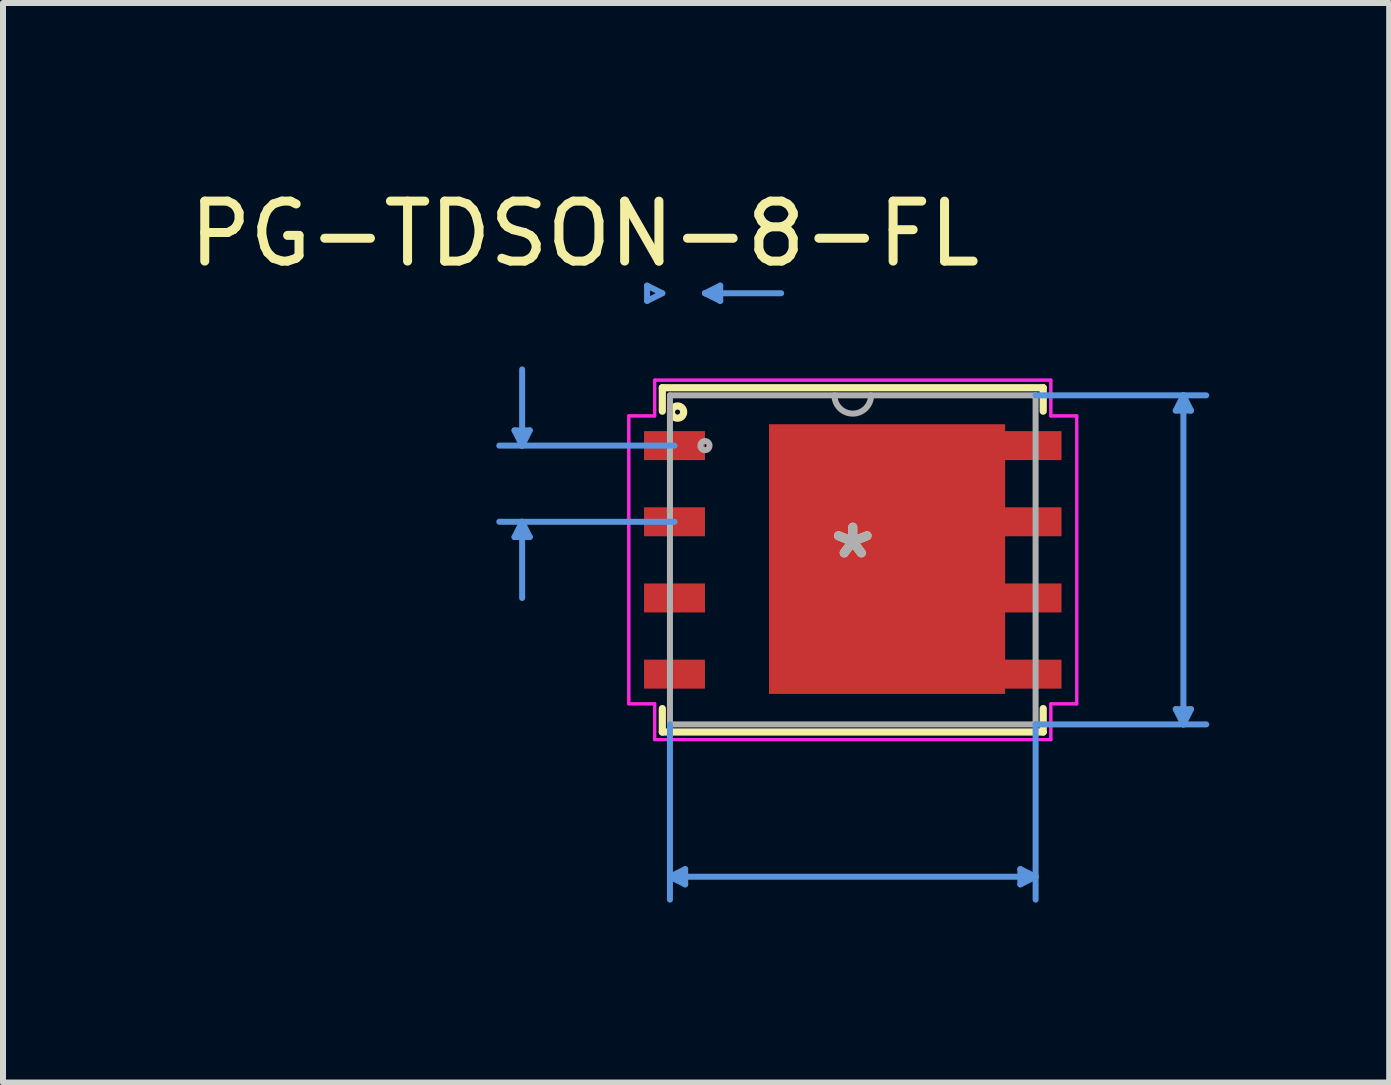
<source format=kicad_pcb>
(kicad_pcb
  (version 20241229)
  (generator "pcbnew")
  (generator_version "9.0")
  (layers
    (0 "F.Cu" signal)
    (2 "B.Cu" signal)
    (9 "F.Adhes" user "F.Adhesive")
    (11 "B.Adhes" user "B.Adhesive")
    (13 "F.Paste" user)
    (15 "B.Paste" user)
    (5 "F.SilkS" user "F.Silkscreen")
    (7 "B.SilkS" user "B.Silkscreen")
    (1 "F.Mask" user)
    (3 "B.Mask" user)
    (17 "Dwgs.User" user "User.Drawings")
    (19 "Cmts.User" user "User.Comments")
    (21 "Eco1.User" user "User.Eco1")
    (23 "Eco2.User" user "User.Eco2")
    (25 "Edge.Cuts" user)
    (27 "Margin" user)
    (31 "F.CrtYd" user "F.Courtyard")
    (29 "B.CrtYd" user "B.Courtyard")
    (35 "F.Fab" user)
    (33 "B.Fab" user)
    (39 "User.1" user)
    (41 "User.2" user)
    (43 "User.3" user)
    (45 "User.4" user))
  (footprint "PG-TDSON-8-FL"
    (layer "F.Cu")
    (at 11.167 6.284)
    (property "Reference" "PG-TDSON-8-FL" (at -4.47 -5.436 0) (layer "F.SilkS") (effects (font (size 1 1) (thickness 0.15))))
    (attr through_hole)
    (fp_poly (pts (xy -1.344 -2.197) (xy 2.466 -2.197) (xy 2.466 2.197) (xy -1.344 2.197)) (stroke (width 0.1) (type solid)) (fill yes) (layer "F.Mask"))
    (fp_line (start -3.175 -2.87) (end -3.175 -2.479) (stroke (width 0.12) (type solid)) (layer "F.SilkS"))
    (fp_line (start -3.175 2.479) (end -3.175 2.87) (stroke (width 0.12) (type solid)) (layer "F.SilkS"))
    (fp_line (start -3.175 2.87) (end 3.175 2.87) (stroke (width 0.12) (type solid)) (layer "F.SilkS"))
    (fp_line (start 3.175 -2.87) (end -3.175 -2.87) (stroke (width 0.12) (type solid)) (layer "F.SilkS"))
    (fp_line (start 3.175 -2.479) (end 3.175 -2.87) (stroke (width 0.12) (type solid)) (layer "F.SilkS"))
    (fp_line (start 3.175 2.87) (end 3.175 2.479) (stroke (width 0.12) (type solid)) (layer "F.SilkS"))
    (fp_circle (center -2.921 -2.464) (end -2.819 -2.464) (stroke (width 0.12) (type solid)) (fill no) (layer "F.SilkS"))
    (fp_poly (pts (xy -1.805 -2.097) (xy -1.805 -0.832) (xy -0.735 -0.832) (xy -0.735 -2.097)) (stroke (width 0.1) (type solid)) (fill yes) (layer "F.Paste"))
    (fp_poly (pts (xy -1.805 -0.632) (xy -1.805 0.632) (xy -0.735 0.632) (xy -0.735 -0.632)) (stroke (width 0.1) (type solid)) (fill yes) (layer "F.Paste"))
    (fp_poly (pts (xy -1.805 0.832) (xy -1.805 2.097) (xy -0.735 2.097) (xy -0.735 0.832)) (stroke (width 0.1) (type solid)) (fill yes) (layer "F.Paste"))
    (fp_poly (pts (xy -1.344 -2.197) (xy 2.466 -2.197) (xy 2.466 2.197) (xy -1.344 2.197)) (stroke (width 0.1) (type solid)) (fill yes) (layer "F.Paste"))
    (fp_poly (pts (xy -0.535 -2.097) (xy -0.535 -0.832) (xy 0.535 -0.832) (xy 0.535 -2.097)) (stroke (width 0.1) (type solid)) (fill yes) (layer "F.Paste"))
    (fp_poly (pts (xy -0.535 -0.632) (xy -0.535 0.632) (xy 0.535 0.632) (xy 0.535 -0.632)) (stroke (width 0.1) (type solid)) (fill yes) (layer "F.Paste"))
    (fp_poly (pts (xy -0.535 0.832) (xy -0.535 2.097) (xy 0.535 2.097) (xy 0.535 0.832)) (stroke (width 0.1) (type solid)) (fill yes) (layer "F.Paste"))
    (fp_poly (pts (xy 0.735 -2.097) (xy 0.735 -0.832) (xy 1.805 -0.832) (xy 1.805 -2.097)) (stroke (width 0.1) (type solid)) (fill yes) (layer "F.Paste"))
    (fp_poly (pts (xy 0.735 -0.632) (xy 0.735 0.632) (xy 1.805 0.632) (xy 1.805 -0.632)) (stroke (width 0.1) (type solid)) (fill yes) (layer "F.Paste"))
    (fp_poly (pts (xy 0.735 0.832) (xy 0.735 2.097) (xy 1.805 2.097) (xy 1.805 0.832)) (stroke (width 0.1) (type solid)) (fill yes) (layer "F.Paste"))
    (fp_line (start -5.639 -2.159) (end -5.385 -2.159) (stroke (width 0.1) (type solid)) (layer "Cmts.User"))
    (fp_line (start -5.639 -0.381) (end -5.385 -0.381) (stroke (width 0.1) (type solid)) (layer "Cmts.User"))
    (fp_line (start -5.512 -1.905) (end -5.639 -2.159) (stroke (width 0.1) (type solid)) (layer "Cmts.User"))
    (fp_line (start -5.512 -1.905) (end -5.512 -3.175) (stroke (width 0.1) (type solid)) (layer "Cmts.User"))
    (fp_line (start -5.512 -1.905) (end -5.385 -2.159) (stroke (width 0.1) (type solid)) (layer "Cmts.User"))
    (fp_line (start -5.512 -0.635) (end -5.639 -0.381) (stroke (width 0.1) (type solid)) (layer "Cmts.User"))
    (fp_line (start -5.512 -0.635) (end -5.512 0.635) (stroke (width 0.1) (type solid)) (layer "Cmts.User"))
    (fp_line (start -5.512 -0.635) (end -5.385 -0.381) (stroke (width 0.1) (type solid)) (layer "Cmts.User"))
    (fp_line (start -3.429 -4.572) (end -3.429 -4.318) (stroke (width 0.1) (type solid)) (layer "Cmts.User"))
    (fp_line (start -3.175 -4.445) (end -3.429 -4.572) (stroke (width 0.1) (type solid)) (layer "Cmts.User"))
    (fp_line (start -3.175 -4.445) (end -3.429 -4.318) (stroke (width 0.1) (type solid)) (layer "Cmts.User"))
    (fp_line (start -3.048 2.743) (end -3.048 5.664) (stroke (width 0.1) (type solid)) (layer "Cmts.User"))
    (fp_line (start -3.048 5.283) (end -2.794 5.156) (stroke (width 0.1) (type solid)) (layer "Cmts.User"))
    (fp_line (start -3.048 5.283) (end -2.794 5.41) (stroke (width 0.1) (type solid)) (layer "Cmts.User"))
    (fp_line (start -3.048 5.283) (end 3.048 5.283) (stroke (width 0.1) (type solid)) (layer "Cmts.User"))
    (fp_line (start -2.972 -1.905) (end -5.893 -1.905) (stroke (width 0.1) (type solid)) (layer "Cmts.User"))
    (fp_line (start -2.972 -0.635) (end -5.893 -0.635) (stroke (width 0.1) (type solid)) (layer "Cmts.User"))
    (fp_line (start -2.794 5.156) (end -2.794 5.41) (stroke (width 0.1) (type solid)) (layer "Cmts.User"))
    (fp_line (start -2.464 -4.445) (end -2.21 -4.572) (stroke (width 0.1) (type solid)) (layer "Cmts.User"))
    (fp_line (start -2.464 -4.445) (end -2.21 -4.318) (stroke (width 0.1) (type solid)) (layer "Cmts.User"))
    (fp_line (start -2.464 -4.445) (end -1.194 -4.445) (stroke (width 0.1) (type solid)) (layer "Cmts.User"))
    (fp_line (start -2.21 -4.572) (end -2.21 -4.318) (stroke (width 0.1) (type solid)) (layer "Cmts.User"))
    (fp_line (start 2.794 5.156) (end 2.794 5.41) (stroke (width 0.1) (type solid)) (layer "Cmts.User"))
    (fp_line (start 3.048 -2.743) (end 5.893 -2.743) (stroke (width 0.1) (type solid)) (layer "Cmts.User"))
    (fp_line (start 3.048 2.743) (end 3.048 5.664) (stroke (width 0.1) (type solid)) (layer "Cmts.User"))
    (fp_line (start 3.048 2.743) (end 5.893 2.743) (stroke (width 0.1) (type solid)) (layer "Cmts.User"))
    (fp_line (start 3.048 5.283) (end 2.794 5.156) (stroke (width 0.1) (type solid)) (layer "Cmts.User"))
    (fp_line (start 3.048 5.283) (end 2.794 5.41) (stroke (width 0.1) (type solid)) (layer "Cmts.User"))
    (fp_line (start 5.385 -2.489) (end 5.639 -2.489) (stroke (width 0.1) (type solid)) (layer "Cmts.User"))
    (fp_line (start 5.385 2.489) (end 5.639 2.489) (stroke (width 0.1) (type solid)) (layer "Cmts.User"))
    (fp_line (start 5.512 -2.743) (end 5.385 -2.489) (stroke (width 0.1) (type solid)) (layer "Cmts.User"))
    (fp_line (start 5.512 -2.743) (end 5.512 2.743) (stroke (width 0.1) (type solid)) (layer "Cmts.User"))
    (fp_line (start 5.512 -2.743) (end 5.639 -2.489) (stroke (width 0.1) (type solid)) (layer "Cmts.User"))
    (fp_line (start 5.512 2.743) (end 5.385 2.489) (stroke (width 0.1) (type solid)) (layer "Cmts.User"))
    (fp_line (start 5.512 2.743) (end 5.639 2.489) (stroke (width 0.1) (type solid)) (layer "Cmts.User"))
    (fp_line (start -3.734 -2.4) (end -3.302 -2.4) (stroke (width 0.05) (type solid)) (layer "F.CrtYd"))
    (fp_line (start -3.734 -2.4) (end -3.302 -2.4) (stroke (width 0.05) (type solid)) (layer "F.CrtYd"))
    (fp_line (start -3.734 2.4) (end -3.734 -2.4) (stroke (width 0.05) (type solid)) (layer "F.CrtYd"))
    (fp_line (start -3.734 2.4) (end -3.734 -2.4) (stroke (width 0.05) (type solid)) (layer "F.CrtYd"))
    (fp_line (start -3.734 2.4) (end -3.302 2.4) (stroke (width 0.05) (type solid)) (layer "F.CrtYd"))
    (fp_line (start -3.302 -2.997) (end 3.302 -2.997) (stroke (width 0.05) (type solid)) (layer "F.CrtYd"))
    (fp_line (start -3.302 -2.997) (end 3.302 -2.997) (stroke (width 0.05) (type solid)) (layer "F.CrtYd"))
    (fp_line (start -3.302 -2.4) (end -3.302 -2.997) (stroke (width 0.05) (type solid)) (layer "F.CrtYd"))
    (fp_line (start -3.302 -2.4) (end -3.302 -2.997) (stroke (width 0.05) (type solid)) (layer "F.CrtYd"))
    (fp_line (start -3.302 2.4) (end -3.734 2.4) (stroke (width 0.05) (type solid)) (layer "F.CrtYd"))
    (fp_line (start -3.302 2.997) (end -3.302 2.4) (stroke (width 0.05) (type solid)) (layer "F.CrtYd"))
    (fp_line (start -3.302 2.997) (end -3.302 2.4) (stroke (width 0.05) (type solid)) (layer "F.CrtYd"))
    (fp_line (start 3.302 -2.997) (end 3.302 -2.4) (stroke (width 0.05) (type solid)) (layer "F.CrtYd"))
    (fp_line (start 3.302 -2.997) (end 3.302 -2.4) (stroke (width 0.05) (type solid)) (layer "F.CrtYd"))
    (fp_line (start 3.302 -2.4) (end 3.734 -2.4) (stroke (width 0.05) (type solid)) (layer "F.CrtYd"))
    (fp_line (start 3.302 2.4) (end 3.302 2.997) (stroke (width 0.05) (type solid)) (layer "F.CrtYd"))
    (fp_line (start 3.302 2.4) (end 3.302 2.997) (stroke (width 0.05) (type solid)) (layer "F.CrtYd"))
    (fp_line (start 3.302 2.997) (end -3.302 2.997) (stroke (width 0.05) (type solid)) (layer "F.CrtYd"))
    (fp_line (start 3.302 2.997) (end -3.302 2.997) (stroke (width 0.05) (type solid)) (layer "F.CrtYd"))
    (fp_line (start 3.734 -2.4) (end 3.302 -2.4) (stroke (width 0.05) (type solid)) (layer "F.CrtYd"))
    (fp_line (start 3.734 -2.4) (end 3.734 2.4) (stroke (width 0.05) (type solid)) (layer "F.CrtYd"))
    (fp_line (start 3.734 -2.4) (end 3.734 2.4) (stroke (width 0.05) (type solid)) (layer "F.CrtYd"))
    (fp_line (start 3.734 2.4) (end 3.302 2.4) (stroke (width 0.05) (type solid)) (layer "F.CrtYd"))
    (fp_line (start 3.734 2.4) (end 3.302 2.4) (stroke (width 0.05) (type solid)) (layer "F.CrtYd"))
    (fp_line (start -3.048 -2.743) (end -3.048 2.743) (stroke (width 0.1) (type solid)) (layer "F.Fab"))
    (fp_line (start -3.048 2.743) (end 3.048 2.743) (stroke (width 0.1) (type solid)) (layer "F.Fab"))
    (fp_line (start 3.048 -2.743) (end -3.048 -2.743) (stroke (width 0.1) (type solid)) (layer "F.Fab"))
    (fp_line (start 3.048 2.743) (end 3.048 -2.743) (stroke (width 0.1) (type solid)) (layer "F.Fab"))
    (fp_arc (start 0.3048 -2.7432) (mid 0 -2.4384) (end -0.3048 -2.7432) (stroke (width 0.1) (type solid)) (layer "F.Fab"))
    (fp_circle (center -2.464 -1.905) (end -2.388 -1.905) (stroke (width 0.1) (type solid)) (fill no) (layer "F.Fab"))
    (fp_text user "*" (at 0 0 0) (layer "F.SilkS") (effects (font (size 1 1) (thickness 0.15))))
    (fp_text user "*" (at 0 0 0) (layer "F.Fab") (effects (font (size 1 1) (thickness 0.15))))
    (pad "1" smd rect (at -2.972 1.905) (size 1.016 0.483) (layers "F.Cu" "F.Mask" "F.Paste"))
    (pad "2" smd rect (at 0.572 -0.013) (size 3.937 4.496) (layers "F.Cu" "F.Mask" "F.Paste"))
    (pad "2" smd rect (at 2.972 -1.905) (size 1.016 0.483) (layers "F.Cu" "F.Mask" "F.Paste"))
    (pad "2" smd rect (at 2.972 -0.635) (size 1.016 0.483) (layers "F.Cu" "F.Mask" "F.Paste"))
    (pad "2" smd rect (at 2.972 0.635) (size 1.016 0.483) (layers "F.Cu" "F.Mask" "F.Paste"))
    (pad "2" smd rect (at 2.972 1.905) (size 1.016 0.483) (layers "F.Cu" "F.Mask" "F.Paste"))
    (pad "3" smd rect (at -2.972 -1.905) (size 1.016 0.483) (layers "F.Cu" "F.Mask" "F.Paste"))
    (pad "3" smd rect (at -2.972 -0.635) (size 1.016 0.483) (layers "F.Cu" "F.Mask" "F.Paste"))
    (pad "3" smd rect (at -2.972 0.635) (size 1.016 0.483) (layers "F.Cu" "F.Mask" "F.Paste")))
  (gr_rect
    (start -3 -3)
    (end 20.11 14.998)
    (stroke (width 0.1) (type default))
    (fill no)
    (layer "Edge.Cuts")))
</source>
